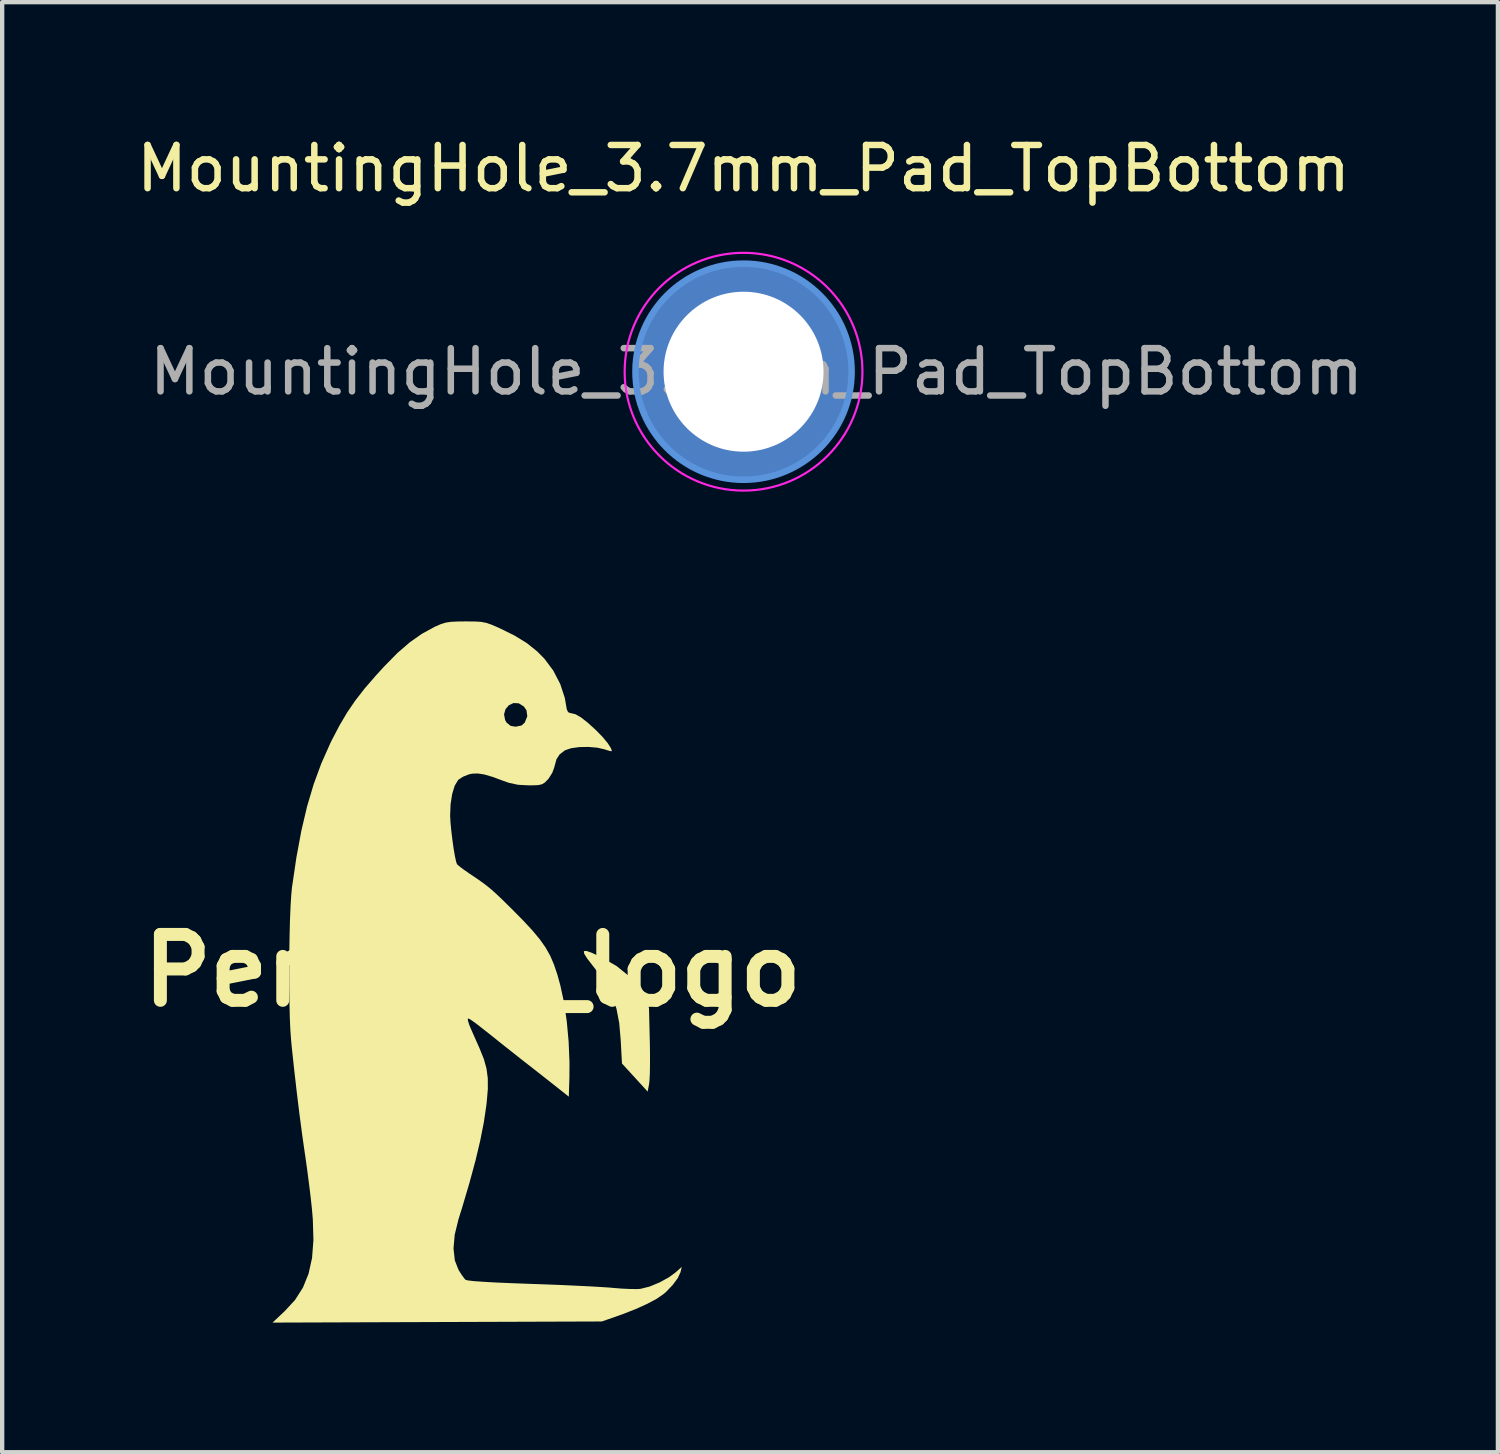
<source format=kicad_pcb>
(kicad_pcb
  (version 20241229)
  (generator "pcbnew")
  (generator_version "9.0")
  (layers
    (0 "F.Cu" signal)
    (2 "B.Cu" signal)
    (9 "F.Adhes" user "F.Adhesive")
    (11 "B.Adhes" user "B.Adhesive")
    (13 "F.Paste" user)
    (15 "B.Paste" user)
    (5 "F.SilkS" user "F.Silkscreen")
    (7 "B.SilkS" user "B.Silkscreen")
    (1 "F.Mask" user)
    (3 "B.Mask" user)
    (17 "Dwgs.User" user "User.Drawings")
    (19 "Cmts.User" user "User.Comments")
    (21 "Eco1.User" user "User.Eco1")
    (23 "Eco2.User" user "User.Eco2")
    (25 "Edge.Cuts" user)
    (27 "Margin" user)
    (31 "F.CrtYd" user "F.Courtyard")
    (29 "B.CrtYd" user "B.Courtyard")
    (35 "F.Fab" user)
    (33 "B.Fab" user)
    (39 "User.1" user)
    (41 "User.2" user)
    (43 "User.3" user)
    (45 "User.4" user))
  (footprint "MountingHole_3.7mm_Pad_TopBottom"
    (layer "F.Cu")
    (at 14.149 5.548)
    (property "Reference" "MountingHole_3.7mm_Pad_TopBottom" (at 0 -4.7 0) (layer "F.SilkS") (effects (font (size 1 1) (thickness 0.15))))
    (attr exclude_from_pos_files exclude_from_bom)
    (fp_circle (center 0 0) (end 2.5 0) (stroke (width 0.15) (type solid)) (fill no) (layer "Cmts.User"))
    (fp_circle (center 0 0) (end 2.75 0) (stroke (width 0.05) (type solid)) (fill no) (layer "F.CrtYd"))
    (fp_text user "${REFERENCE}" (at 0.3 0 0) (layer "F.Fab") (effects (font (size 1 1) (thickness 0.15))))
    (pad "1" thru_hole circle (at 0 0) (size 4.1 4.1) (drill 3.7) (layers "*.Cu" "*.Mask"))
    (pad "1" connect circle (at 0 0) (size 5 5) (layers "F.Cu" "F.Mask"))
    (pad "1" connect circle (at 0 0) (size 5 5) (layers "B.Cu" "B.Mask")))
  (footprint "Penguin_logo"
    (layer "F.Cu")
    (at 7.881 19.399)
    (property "Reference" "Penguin_logo" (at 0 0 0) (layer "F.SilkS") (effects (font (size 1.524 1.524) (thickness 0.3))))
    (attr board_only exclude_from_pos_files exclude_from_bom)
    (fp_poly (pts (xy 2.756 -0.411) (xy 2.95 -0.32) (xy 2.984 -0.303) (xy 3.329 -0.105) (xy 3.601 0.114) (xy 3.811 0.364) (xy 3.929 0.565) (xy 4.081 0.865) (xy 4.1 1.652) (xy 4.104 1.915) (xy 4.104 2.162) (xy 4.101 2.375) (xy 4.093 2.536) (xy 4.084 2.62) (xy 4.05 2.801) (xy 3.753 2.476) (xy 3.456 2.151) (xy 3.426 1.602) (xy 3.392 1.214) (xy 3.329 0.886) (xy 3.229 0.593) (xy 3.083 0.312) (xy 2.881 0.019) (xy 2.779 -0.112) (xy 2.65 -0.279) (xy 2.581 -0.391) (xy 2.574 -0.448) (xy 2.631 -0.454)) (stroke (width 0) (type solid)) (fill yes) (layer "F.SilkS"))
    (fp_poly (pts (xy 0.036 -8.074) (xy 0.186 -8.066) (xy 0.308 -8.044) (xy 0.43 -8.003) (xy 0.581 -7.939) (xy 0.618 -7.922) (xy 0.969 -7.749) (xy 1.256 -7.573) (xy 1.497 -7.379) (xy 1.661 -7.213) (xy 1.866 -6.939) (xy 2.028 -6.627) (xy 2.133 -6.307) (xy 2.157 -6.17) (xy 2.179 -6.041) (xy 2.209 -5.977) (xy 2.261 -5.954) (xy 2.278 -5.953) (xy 2.379 -5.928) (xy 2.502 -5.859) (xy 2.657 -5.739) (xy 2.855 -5.559) (xy 2.856 -5.558) (xy 3.008 -5.402) (xy 3.127 -5.258) (xy 3.202 -5.14) (xy 3.223 -5.074) (xy 3.188 -5.075) (xy 3.1 -5.1) (xy 3.064 -5.113) (xy 2.889 -5.154) (xy 2.682 -5.172) (xy 2.469 -5.168) (xy 2.279 -5.142) (xy 2.141 -5.095) (xy 2.134 -5.091) (xy 2.014 -4.999) (xy 1.941 -4.887) (xy 1.896 -4.724) (xy 1.892 -4.705) (xy 1.845 -4.576) (xy 1.763 -4.445) (xy 1.741 -4.419) (xy 1.672 -4.349) (xy 1.607 -4.309) (xy 1.522 -4.289) (xy 1.389 -4.283) (xy 1.296 -4.283) (xy 1.051 -4.296) (xy 0.839 -4.342) (xy 0.711 -4.387) (xy 0.462 -4.479) (xy 0.27 -4.535) (xy 0.119 -4.558) (xy -0.011 -4.553) (xy -0.085 -4.537) (xy -0.215 -4.486) (xy -0.321 -4.418) (xy -0.336 -4.404) (xy -0.413 -4.275) (xy -0.472 -4.082) (xy -0.509 -3.845) (xy -0.519 -3.585) (xy -0.519 -3.583) (xy -0.511 -3.429) (xy -0.493 -3.239) (xy -0.468 -3.033) (xy -0.44 -2.831) (xy -0.41 -2.654) (xy -0.382 -2.523) (xy -0.36 -2.459) (xy -0.315 -2.418) (xy -0.218 -2.344) (xy -0.087 -2.252) (xy -0.051 -2.228) (xy 0.131 -2.105) (xy 0.276 -2.001) (xy 0.404 -1.9) (xy 0.532 -1.787) (xy 0.68 -1.647) (xy 0.867 -1.463) (xy 0.889 -1.442) (xy 1.163 -1.165) (xy 1.382 -0.929) (xy 1.555 -0.722) (xy 1.69 -0.53) (xy 1.798 -0.338) (xy 1.885 -0.132) (xy 1.963 0.1) (xy 2.03 0.344) (xy 2.114 0.732) (xy 2.179 1.175) (xy 2.222 1.648) (xy 2.242 2.123) (xy 2.24 2.466) (xy 2.226 2.918) (xy 1.923 2.678) (xy 1.742 2.535) (xy 1.532 2.37) (xy 1.334 2.215) (xy 1.294 2.184) (xy 1.106 2.037) (xy 0.9 1.874) (xy 0.714 1.727) (xy 0.675 1.696) (xy 0.429 1.499) (xy 0.24 1.35) (xy 0.101 1.242) (xy 0.005 1.171) (xy -0.057 1.129) (xy -0.093 1.112) (xy -0.109 1.113) (xy -0.11 1.113) (xy -0.107 1.162) (xy -0.076 1.259) (xy -0.051 1.32) (xy 0.008 1.454) (xy 0.085 1.628) (xy 0.164 1.805) (xy 0.165 1.809) (xy 0.261 2.048) (xy 0.322 2.267) (xy 0.352 2.49) (xy 0.353 2.742) (xy 0.327 3.046) (xy 0.316 3.138) (xy 0.26 3.515) (xy 0.178 3.93) (xy 0.069 4.391) (xy -0.071 4.908) (xy -0.243 5.489) (xy -0.327 5.758) (xy -0.413 6.11) (xy -0.441 6.43) (xy -0.41 6.707) (xy -0.325 6.924) (xy -0.251 7.041) (xy -0.185 7.13) (xy -0.161 7.155) (xy -0.103 7.169) (xy 0.035 7.185) (xy 0.247 7.2) (xy 0.529 7.216) (xy 0.874 7.231) (xy 1.278 7.246) (xy 1.336 7.248) (xy 1.702 7.261) (xy 2.064 7.275) (xy 2.406 7.291) (xy 2.714 7.306) (xy 2.973 7.321) (xy 3.17 7.334) (xy 3.244 7.341) (xy 3.455 7.358) (xy 3.653 7.367) (xy 3.812 7.368) (xy 3.886 7.363) (xy 4.093 7.311) (xy 4.324 7.216) (xy 4.542 7.096) (xy 4.688 6.989) (xy 4.839 6.856) (xy 4.809 6.98) (xy 4.748 7.112) (xy 4.633 7.269) (xy 4.481 7.429) (xy 4.416 7.485) (xy 4.262 7.591) (xy 4.042 7.709) (xy 3.773 7.831) (xy 3.472 7.949) (xy 3.385 7.98) (xy 2.989 8.118) (xy -0.819 8.131) (xy -4.627 8.144) (xy -4.346 7.88) (xy -4.107 7.621) (xy -3.924 7.335) (xy -3.794 7.014) (xy -3.713 6.65) (xy -3.681 6.234) (xy -3.695 5.756) (xy -3.715 5.523) (xy -3.743 5.262) (xy -3.781 4.952) (xy -3.823 4.627) (xy -3.866 4.32) (xy -3.878 4.24) (xy -3.94 3.807) (xy -4.005 3.316) (xy -4.069 2.794) (xy -4.129 2.268) (xy -4.183 1.765) (xy -4.197 1.617) (xy -4.214 1.39) (xy -4.227 1.099) (xy -4.235 0.76) (xy -4.24 0.386) (xy -4.241 -0.007) (xy -4.239 -0.404) (xy -4.233 -0.791) (xy -4.224 -1.152) (xy -4.211 -1.472) (xy -4.195 -1.736) (xy -4.177 -1.924) (xy -4.075 -2.615) (xy -3.96 -3.235) (xy -3.828 -3.796) (xy -3.675 -4.31) (xy -3.498 -4.791) (xy -3.293 -5.252) (xy -3.25 -5.34) (xy -3.077 -5.671) (xy -2.926 -5.926) (xy 0.728 -5.926) (xy 0.753 -5.793) (xy 0.787 -5.734) (xy 0.882 -5.658) (xy 0.996 -5.64) (xy 1.132 -5.667) (xy 1.206 -5.734) (xy 1.266 -5.88) (xy 1.247 -6.02) (xy 1.187 -6.106) (xy 1.068 -6.181) (xy 0.947 -6.187) (xy 0.84 -6.137) (xy 0.762 -6.045) (xy 0.728 -5.926) (xy -2.926 -5.926) (xy -2.903 -5.966) (xy -2.713 -6.244) (xy -2.495 -6.525) (xy -2.233 -6.827) (xy -2.046 -7.031) (xy -1.74 -7.343) (xy -1.453 -7.591) (xy -1.172 -7.789) (xy -0.878 -7.949) (xy -0.869 -7.953) (xy -0.743 -8.009) (xy -0.632 -8.045) (xy -0.509 -8.065) (xy -0.349 -8.073) (xy -0.17 -8.075)) (stroke (width 0) (type solid)) (fill yes) (layer "F.SilkS")))
  (gr_rect
    (start -3 -3)
    (end 31.598 30.542)
    (stroke (width 0.1) (type default))
    (fill no)
    (layer "Edge.Cuts")))
</source>
